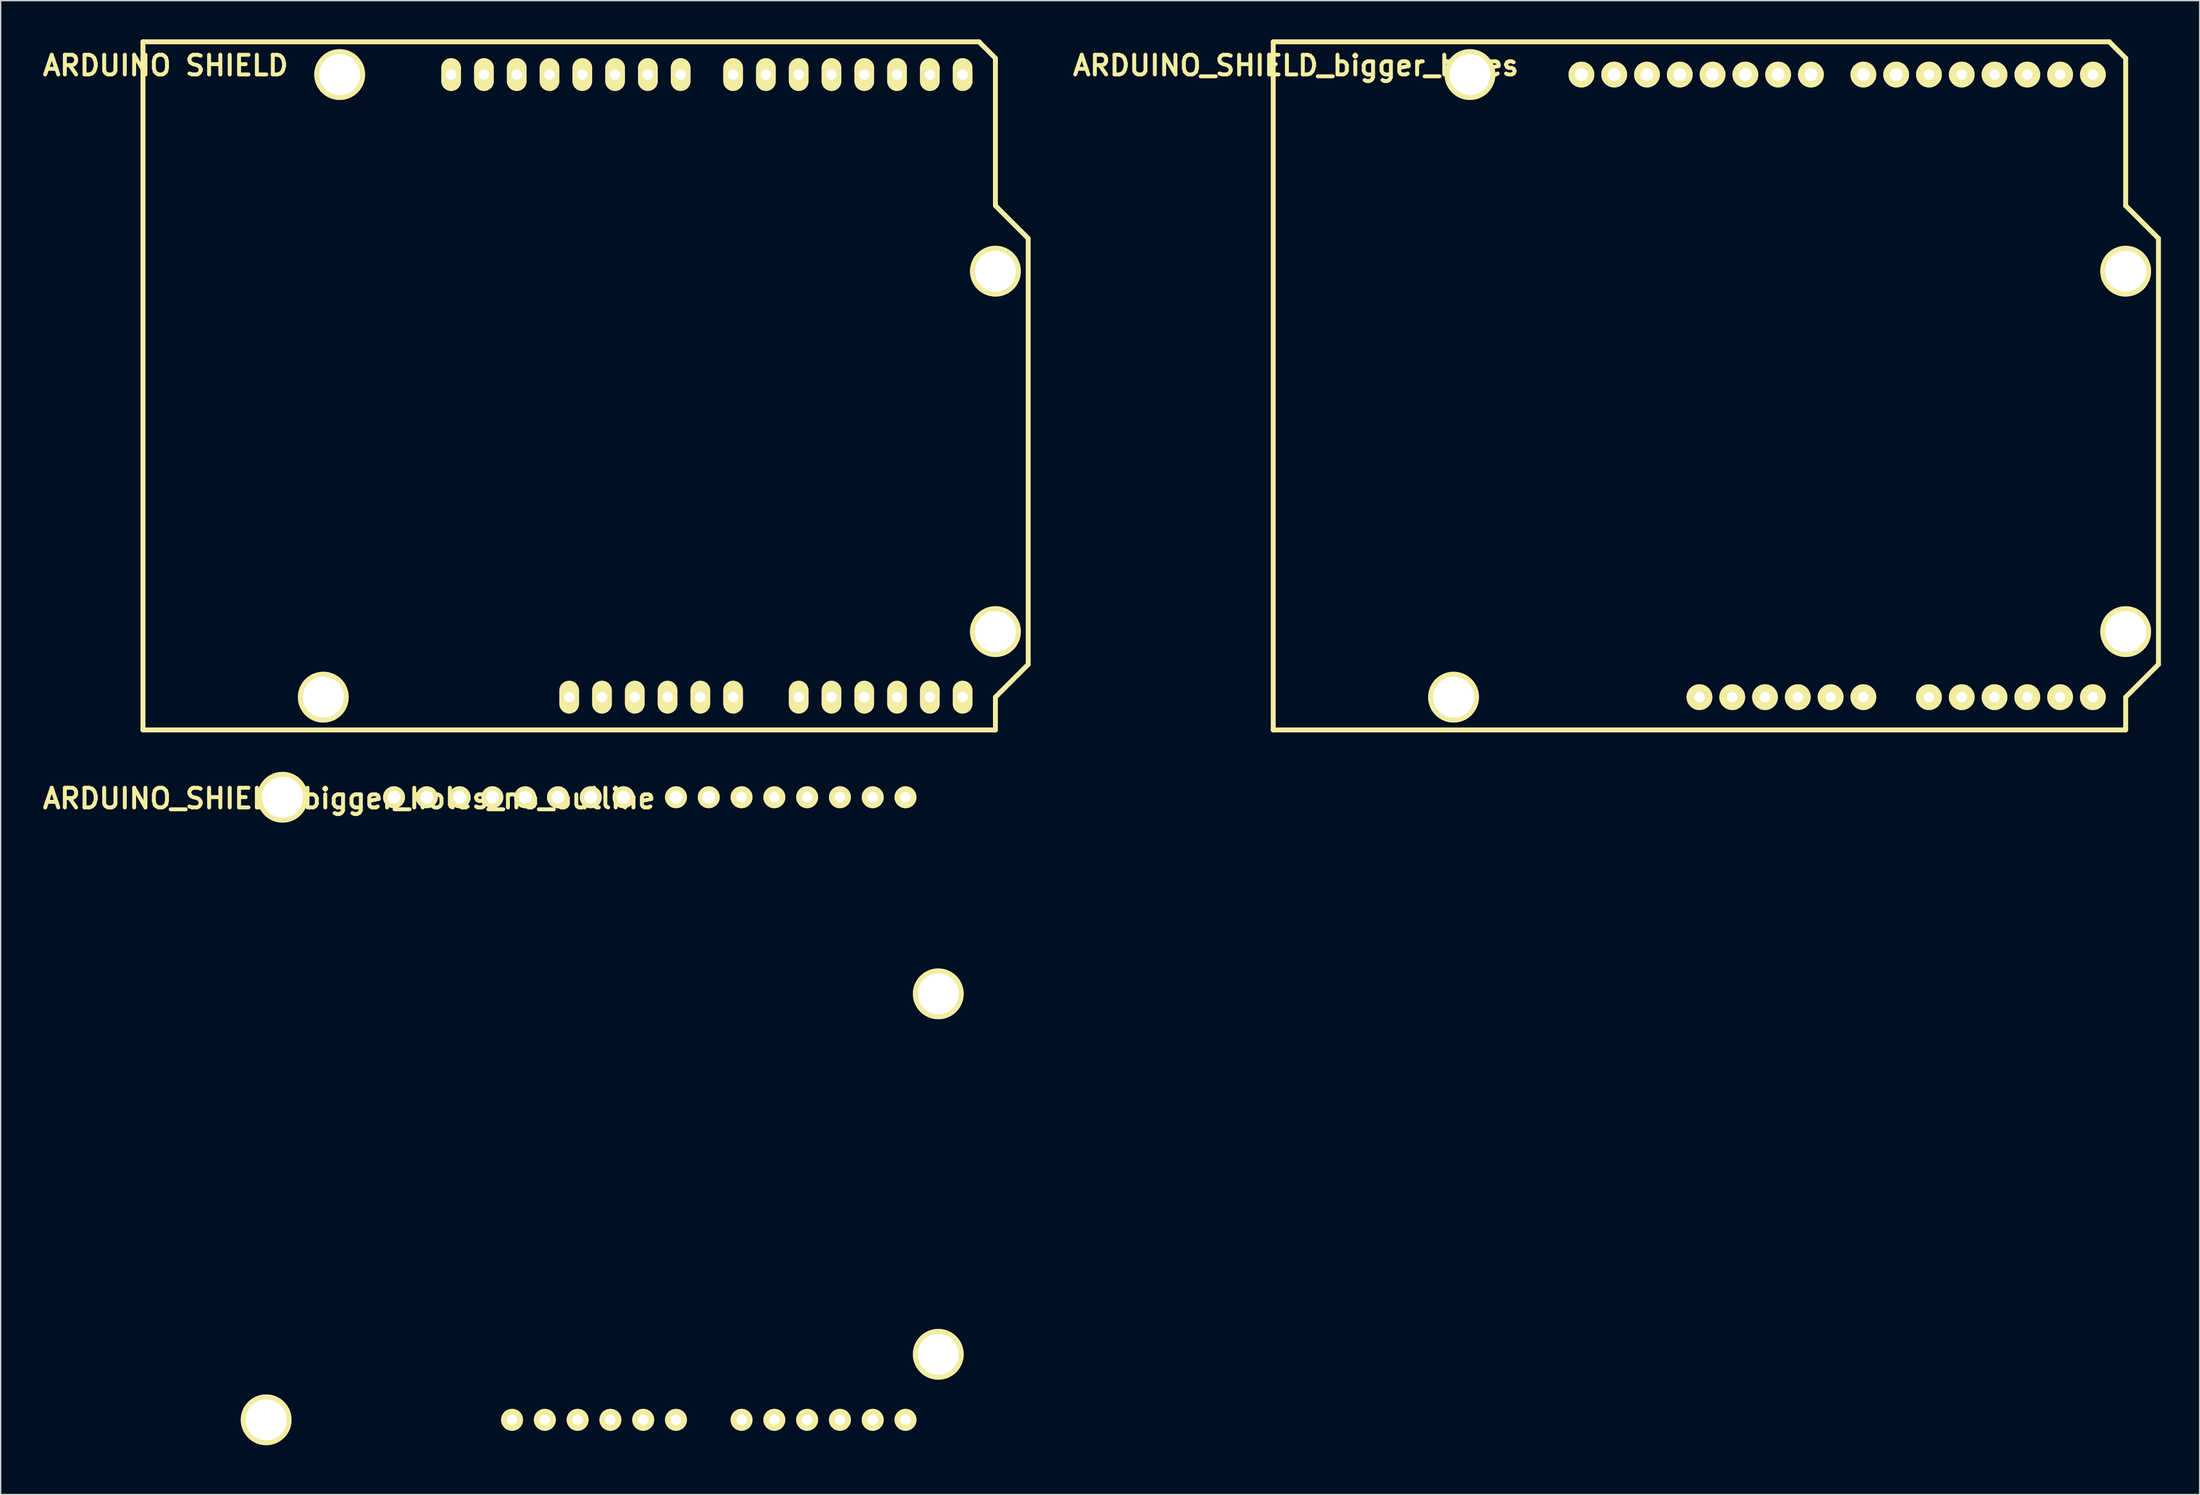
<source format=kicad_pcb>
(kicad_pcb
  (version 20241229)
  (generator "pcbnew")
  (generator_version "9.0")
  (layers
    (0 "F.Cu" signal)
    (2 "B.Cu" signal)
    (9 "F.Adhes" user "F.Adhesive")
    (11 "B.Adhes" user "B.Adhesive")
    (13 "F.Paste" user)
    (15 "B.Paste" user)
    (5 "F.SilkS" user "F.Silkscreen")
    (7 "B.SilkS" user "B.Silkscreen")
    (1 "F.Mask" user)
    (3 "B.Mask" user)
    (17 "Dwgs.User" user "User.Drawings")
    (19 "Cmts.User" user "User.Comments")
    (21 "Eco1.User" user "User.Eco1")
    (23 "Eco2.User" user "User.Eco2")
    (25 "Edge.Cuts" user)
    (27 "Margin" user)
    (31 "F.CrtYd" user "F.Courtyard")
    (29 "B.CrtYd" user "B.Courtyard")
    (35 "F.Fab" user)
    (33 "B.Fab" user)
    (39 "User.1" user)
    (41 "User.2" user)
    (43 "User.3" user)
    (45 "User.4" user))
  (footprint "ARDUINO_SHIELD_bigger_holes_no_outline"
    (layer "F.Cu")
    (at 3.599 109.549)
    (property "Reference" "ARDUINO_SHIELD_bigger_holes_no_outline" (at 20.4 -50.7 0) (layer "F.SilkS") (effects (font (size 1.524 1.524) (thickness 0.305))))
    (attr through_hole)
    (pad "" thru_hole circle (at 13.97 -2.54 90) (size 3.937 3.937) (drill 3.175) (layers "*.Cu" "*.Mask" "F.SilkS"))
    (pad "" thru_hole circle (at 15.24 -50.8 90) (size 3.937 3.937) (drill 3.175) (layers "*.Cu" "*.Mask" "F.SilkS"))
    (pad "" thru_hole circle (at 66.04 -35.56 90) (size 3.937 3.937) (drill 3.175) (layers "*.Cu" "*.Mask" "F.SilkS"))
    (pad "" thru_hole circle (at 66.04 -7.62 90) (size 3.937 3.937) (drill 3.175) (layers "*.Cu" "*.Mask" "F.SilkS"))
    (pad "0" thru_hole circle (at 63.5 -50.8 90) (size 1.7 1.7) (drill 0.813) (layers "*.Cu" "*.Mask" "F.SilkS"))
    (pad "1" thru_hole circle (at 60.96 -50.8 90) (size 1.7 1.7) (drill 0.813) (layers "*.Cu" "*.Mask" "F.SilkS"))
    (pad "2" thru_hole circle (at 58.42 -50.8 90) (size 1.7 1.7) (drill 0.813) (layers "*.Cu" "*.Mask" "F.SilkS"))
    (pad "3" thru_hole circle (at 55.88 -50.8 90) (size 1.7 1.7) (drill 0.813) (layers "*.Cu" "*.Mask" "F.SilkS"))
    (pad "3V3" thru_hole circle (at 35.56 -2.54 90) (size 1.7 1.7) (drill 0.813) (layers "*.Cu" "*.Mask" "F.SilkS"))
    (pad "4" thru_hole circle (at 53.34 -50.8 90) (size 1.7 1.7) (drill 0.813) (layers "*.Cu" "*.Mask" "F.SilkS"))
    (pad "5" thru_hole circle (at 50.8 -50.8 90) (size 1.7 1.7) (drill 0.813) (layers "*.Cu" "*.Mask" "F.SilkS"))
    (pad "5V" thru_hole circle (at 38.1 -2.54 90) (size 1.7 1.7) (drill 0.813) (layers "*.Cu" "*.Mask" "F.SilkS"))
    (pad "6" thru_hole circle (at 48.26 -50.8 90) (size 1.7 1.7) (drill 1) (layers "*.Cu" "*.Mask" "F.SilkS"))
    (pad "7" thru_hole circle (at 45.72 -50.8 90) (size 1.7 1.7) (drill 1) (layers "*.Cu" "*.Mask" "F.SilkS"))
    (pad "8" thru_hole circle (at 41.656 -50.8 90) (size 1.7 1.7) (drill 1) (layers "*.Cu" "*.Mask" "F.SilkS"))
    (pad "9" thru_hole circle (at 39.116 -50.8 90) (size 1.7 1.7) (drill 1) (layers "*.Cu" "*.Mask" "F.SilkS"))
    (pad "10" thru_hole circle (at 36.576 -50.8 90) (size 1.7 1.7) (drill 1) (layers "*.Cu" "*.Mask" "F.SilkS"))
    (pad "11" thru_hole circle (at 34.036 -50.8 90) (size 1.7 1.7) (drill 1) (layers "*.Cu" "*.Mask" "F.SilkS"))
    (pad "12" thru_hole circle (at 31.496 -50.8 90) (size 1.7 1.7) (drill 1) (layers "*.Cu" "*.Mask" "F.SilkS"))
    (pad "13" thru_hole circle (at 28.956 -50.8 90) (size 1.7 1.7) (drill 1) (layers "*.Cu" "*.Mask" "F.SilkS"))
    (pad "A0" thru_hole circle (at 50.8 -2.54 90) (size 1.7 1.7) (drill 0.813) (layers "*.Cu" "*.Mask" "F.SilkS"))
    (pad "A1" thru_hole circle (at 53.34 -2.54 90) (size 1.7 1.7) (drill 0.813) (layers "*.Cu" "*.Mask" "F.SilkS"))
    (pad "A2" thru_hole circle (at 55.88 -2.54 90) (size 1.7 1.7) (drill 0.813) (layers "*.Cu" "*.Mask" "F.SilkS"))
    (pad "A3" thru_hole circle (at 58.42 -2.54 90) (size 1.7 1.7) (drill 0.813) (layers "*.Cu" "*.Mask" "F.SilkS"))
    (pad "A4" thru_hole circle (at 60.96 -2.54 90) (size 1.7 1.7) (drill 0.813) (layers "*.Cu" "*.Mask" "F.SilkS"))
    (pad "A5" thru_hole circle (at 63.5 -2.54 90) (size 1.7 1.7) (drill 0.813) (layers "*.Cu" "*.Mask" "F.SilkS"))
    (pad "AREF" thru_hole circle (at 23.876 -50.8 90) (size 1.7 1.7) (drill 1) (layers "*.Cu" "*.Mask" "F.SilkS"))
    (pad "GND1" thru_hole circle (at 40.64 -2.54 90) (size 1.7 1.7) (drill 0.813) (layers "*.Cu" "*.Mask" "F.SilkS"))
    (pad "GND2" thru_hole circle (at 43.18 -2.54 90) (size 1.7 1.7) (drill 0.813) (layers "*.Cu" "*.Mask" "F.SilkS"))
    (pad "GND3" thru_hole circle (at 26.416 -50.8 90) (size 1.7 1.7) (drill 1) (layers "*.Cu" "*.Mask" "F.SilkS"))
    (pad "RST" thru_hole circle (at 33.02 -2.54 90) (size 1.7 1.7) (drill 0.813) (layers "*.Cu" "*.Mask" "F.SilkS"))
    (pad "V_IN" thru_hole circle (at 45.72 -2.54 90) (size 1.7 1.7) (drill 0.813) (layers "*.Cu" "*.Mask" "F.SilkS")))
  (footprint "ARDUINO_SHIELD_bigger_holes"
    (layer "F.Cu")
    (at 95.586 53.531)
    (property "Reference" "ARDUINO_SHIELD_bigger_holes" (at 1.75 -51.5 0) (layer "F.SilkS") (effects (font (size 1.524 1.524) (thickness 0.305))))
    (attr through_hole)
    (fp_line (start 0 0) (end 0 -53.34) (stroke (width 0.381) (type solid)) (layer "F.SilkS"))
    (fp_line (start 64.77 -53.34) (end 0 -53.34) (stroke (width 0.381) (type solid)) (layer "F.SilkS"))
    (fp_line (start 66.04 -52.07) (end 64.77 -53.34) (stroke (width 0.381) (type solid)) (layer "F.SilkS"))
    (fp_line (start 66.04 -40.64) (end 66.04 -52.07) (stroke (width 0.381) (type solid)) (layer "F.SilkS"))
    (fp_line (start 66.04 -40.64) (end 68.58 -38.1) (stroke (width 0.381) (type solid)) (layer "F.SilkS"))
    (fp_line (start 66.04 -2.54) (end 66.04 0) (stroke (width 0.381) (type solid)) (layer "F.SilkS"))
    (fp_line (start 66.04 0) (end 0 0) (stroke (width 0.381) (type solid)) (layer "F.SilkS"))
    (fp_line (start 68.58 -38.1) (end 68.58 -5.08) (stroke (width 0.381) (type solid)) (layer "F.SilkS"))
    (fp_line (start 68.58 -5.08) (end 66.04 -2.54) (stroke (width 0.381) (type solid)) (layer "F.SilkS"))
    (pad "" thru_hole circle (at 13.97 -2.54 90) (size 3.937 3.937) (drill 3.175) (layers "*.Cu" "*.Mask" "F.SilkS"))
    (pad "" thru_hole circle (at 15.24 -50.8 90) (size 3.937 3.937) (drill 3.175) (layers "*.Cu" "*.Mask" "F.SilkS"))
    (pad "" thru_hole circle (at 66.04 -35.56 90) (size 3.937 3.937) (drill 3.175) (layers "*.Cu" "*.Mask" "F.SilkS"))
    (pad "" thru_hole circle (at 66.04 -7.62 90) (size 3.937 3.937) (drill 3.175) (layers "*.Cu" "*.Mask" "F.SilkS"))
    (pad "0" thru_hole circle (at 63.5 -50.8 90) (size 2 2) (drill 0.813) (layers "*.Cu" "*.Mask" "F.SilkS"))
    (pad "1" thru_hole circle (at 60.96 -50.8 90) (size 2 2) (drill 0.813) (layers "*.Cu" "*.Mask" "F.SilkS"))
    (pad "2" thru_hole circle (at 58.42 -50.8 90) (size 2 2) (drill 0.813) (layers "*.Cu" "*.Mask" "F.SilkS"))
    (pad "3" thru_hole circle (at 55.88 -50.8 90) (size 2 2) (drill 0.813) (layers "*.Cu" "*.Mask" "F.SilkS"))
    (pad "3V3" thru_hole circle (at 35.56 -2.54 90) (size 2 2) (drill 0.813) (layers "*.Cu" "*.Mask" "F.SilkS"))
    (pad "4" thru_hole circle (at 53.34 -50.8 90) (size 2 2) (drill 0.813) (layers "*.Cu" "*.Mask" "F.SilkS"))
    (pad "5" thru_hole circle (at 50.8 -50.8 90) (size 2 2) (drill 0.813) (layers "*.Cu" "*.Mask" "F.SilkS"))
    (pad "5V" thru_hole circle (at 38.1 -2.54 90) (size 2 2) (drill 0.813) (layers "*.Cu" "*.Mask" "F.SilkS"))
    (pad "6" thru_hole circle (at 48.26 -50.8 90) (size 2 2) (drill 1) (layers "*.Cu" "*.Mask" "F.SilkS"))
    (pad "7" thru_hole circle (at 45.72 -50.8 90) (size 2 2) (drill 1) (layers "*.Cu" "*.Mask" "F.SilkS"))
    (pad "8" thru_hole circle (at 41.656 -50.8 90) (size 2 2) (drill 1) (layers "*.Cu" "*.Mask" "F.SilkS"))
    (pad "9" thru_hole circle (at 39.116 -50.8 90) (size 2 2) (drill 1) (layers "*.Cu" "*.Mask" "F.SilkS"))
    (pad "10" thru_hole circle (at 36.576 -50.8 90) (size 2 2) (drill 1) (layers "*.Cu" "*.Mask" "F.SilkS"))
    (pad "11" thru_hole circle (at 34.036 -50.8 90) (size 2 2) (drill 1) (layers "*.Cu" "*.Mask" "F.SilkS"))
    (pad "12" thru_hole circle (at 31.496 -50.8 90) (size 2 2) (drill 1) (layers "*.Cu" "*.Mask" "F.SilkS"))
    (pad "13" thru_hole circle (at 28.956 -50.8 90) (size 2 2) (drill 1) (layers "*.Cu" "*.Mask" "F.SilkS"))
    (pad "A0" thru_hole circle (at 50.8 -2.54 90) (size 2 2) (drill 0.813) (layers "*.Cu" "*.Mask" "F.SilkS"))
    (pad "A1" thru_hole circle (at 53.34 -2.54 90) (size 2 2) (drill 0.813) (layers "*.Cu" "*.Mask" "F.SilkS"))
    (pad "A2" thru_hole circle (at 55.88 -2.54 90) (size 2 2) (drill 0.813) (layers "*.Cu" "*.Mask" "F.SilkS"))
    (pad "A3" thru_hole circle (at 58.42 -2.54 90) (size 2 2) (drill 0.813) (layers "*.Cu" "*.Mask" "F.SilkS"))
    (pad "A4" thru_hole circle (at 60.96 -2.54 90) (size 2 2) (drill 0.813) (layers "*.Cu" "*.Mask" "F.SilkS"))
    (pad "A5" thru_hole circle (at 63.5 -2.54 90) (size 2 2) (drill 0.813) (layers "*.Cu" "*.Mask" "F.SilkS"))
    (pad "AREF" thru_hole circle (at 23.876 -50.8 90) (size 2 2) (drill 1) (layers "*.Cu" "*.Mask" "F.SilkS"))
    (pad "GND1" thru_hole circle (at 40.64 -2.54 90) (size 2 2) (drill 0.813) (layers "*.Cu" "*.Mask" "F.SilkS"))
    (pad "GND2" thru_hole circle (at 43.18 -2.54 90) (size 2 2) (drill 0.813) (layers "*.Cu" "*.Mask" "F.SilkS"))
    (pad "GND3" thru_hole circle (at 26.416 -50.8 90) (size 2 2) (drill 1) (layers "*.Cu" "*.Mask" "F.SilkS"))
    (pad "RST" thru_hole circle (at 33.02 -2.54 90) (size 2 2) (drill 0.813) (layers "*.Cu" "*.Mask" "F.SilkS"))
    (pad "V_IN" thru_hole circle (at 45.72 -2.54 90) (size 2 2) (drill 0.813) (layers "*.Cu" "*.Mask" "F.SilkS")))
  (footprint "ARDUINO SHIELD"
    (layer "F.Cu")
    (at 8.025 53.531)
    (property "Reference" "ARDUINO SHIELD" (at 1.75 -51.5 0) (layer "F.SilkS") (effects (font (size 1.524 1.524) (thickness 0.305))))
    (attr through_hole)
    (fp_line (start 0 0) (end 0 -53.34) (stroke (width 0.381) (type solid)) (layer "F.SilkS"))
    (fp_line (start 64.77 -53.34) (end 0 -53.34) (stroke (width 0.381) (type solid)) (layer "F.SilkS"))
    (fp_line (start 66.04 -52.07) (end 64.77 -53.34) (stroke (width 0.381) (type solid)) (layer "F.SilkS"))
    (fp_line (start 66.04 -40.64) (end 66.04 -52.07) (stroke (width 0.381) (type solid)) (layer "F.SilkS"))
    (fp_line (start 66.04 -40.64) (end 68.58 -38.1) (stroke (width 0.381) (type solid)) (layer "F.SilkS"))
    (fp_line (start 66.04 -2.54) (end 66.04 0) (stroke (width 0.381) (type solid)) (layer "F.SilkS"))
    (fp_line (start 66.04 0) (end 0 0) (stroke (width 0.381) (type solid)) (layer "F.SilkS"))
    (fp_line (start 68.58 -38.1) (end 68.58 -5.08) (stroke (width 0.381) (type solid)) (layer "F.SilkS"))
    (fp_line (start 68.58 -5.08) (end 66.04 -2.54) (stroke (width 0.381) (type solid)) (layer "F.SilkS"))
    (pad "" thru_hole circle (at 13.97 -2.54 90) (size 3.937 3.937) (drill 3.175) (layers "*.Cu" "*.Mask" "F.SilkS"))
    (pad "" thru_hole circle (at 15.24 -50.8 90) (size 3.937 3.937) (drill 3.175) (layers "*.Cu" "*.Mask" "F.SilkS"))
    (pad "" thru_hole circle (at 66.04 -35.56 90) (size 3.937 3.937) (drill 3.175) (layers "*.Cu" "*.Mask" "F.SilkS"))
    (pad "" thru_hole circle (at 66.04 -7.62 90) (size 3.937 3.937) (drill 3.175) (layers "*.Cu" "*.Mask" "F.SilkS"))
    (pad "0" thru_hole oval (at 63.5 -50.8 90) (size 2.54 1.524) (drill 0.813) (layers "*.Cu" "*.Mask" "F.SilkS"))
    (pad "1" thru_hole oval (at 60.96 -50.8 90) (size 2.54 1.524) (drill 0.813) (layers "*.Cu" "*.Mask" "F.SilkS"))
    (pad "2" thru_hole oval (at 58.42 -50.8 90) (size 2.54 1.524) (drill 0.813) (layers "*.Cu" "*.Mask" "F.SilkS"))
    (pad "3" thru_hole oval (at 55.88 -50.8 90) (size 2.54 1.524) (drill 0.813) (layers "*.Cu" "*.Mask" "F.SilkS"))
    (pad "3V3" thru_hole oval (at 35.56 -2.54 90) (size 2.54 1.524) (drill 0.813) (layers "*.Cu" "*.Mask" "F.SilkS"))
    (pad "4" thru_hole oval (at 53.34 -50.8 90) (size 2.54 1.524) (drill 0.813) (layers "*.Cu" "*.Mask" "F.SilkS"))
    (pad "5" thru_hole oval (at 50.8 -50.8 90) (size 2.54 1.524) (drill 0.813) (layers "*.Cu" "*.Mask" "F.SilkS"))
    (pad "5V" thru_hole oval (at 38.1 -2.54 90) (size 2.54 1.524) (drill 0.813) (layers "*.Cu" "*.Mask" "F.SilkS"))
    (pad "6" thru_hole oval (at 48.26 -50.8 90) (size 2.54 1.524) (drill 0.813) (layers "*.Cu" "*.Mask" "F.SilkS"))
    (pad "7" thru_hole oval (at 45.72 -50.8 90) (size 2.54 1.524) (drill 0.813) (layers "*.Cu" "*.Mask" "F.SilkS"))
    (pad "8" thru_hole oval (at 41.656 -50.8 90) (size 2.54 1.524) (drill 0.813) (layers "*.Cu" "*.Mask" "F.SilkS"))
    (pad "9" thru_hole oval (at 39.116 -50.8 90) (size 2.54 1.524) (drill 0.813) (layers "*.Cu" "*.Mask" "F.SilkS"))
    (pad "10" thru_hole oval (at 36.576 -50.8 90) (size 2.54 1.524) (drill 0.813) (layers "*.Cu" "*.Mask" "F.SilkS"))
    (pad "11" thru_hole oval (at 34.036 -50.8 90) (size 2.54 1.524) (drill 0.813) (layers "*.Cu" "*.Mask" "F.SilkS"))
    (pad "12" thru_hole oval (at 31.496 -50.8 90) (size 2.54 1.524) (drill 0.813) (layers "*.Cu" "*.Mask" "F.SilkS"))
    (pad "13" thru_hole oval (at 28.956 -50.8 90) (size 2.54 1.524) (drill 0.813) (layers "*.Cu" "*.Mask" "F.SilkS"))
    (pad "A0" thru_hole oval (at 50.8 -2.54 90) (size 2.54 1.524) (drill 0.813) (layers "*.Cu" "*.Mask" "F.SilkS"))
    (pad "A1" thru_hole oval (at 53.34 -2.54 90) (size 2.54 1.524) (drill 0.813) (layers "*.Cu" "*.Mask" "F.SilkS"))
    (pad "A2" thru_hole oval (at 55.88 -2.54 90) (size 2.54 1.524) (drill 0.813) (layers "*.Cu" "*.Mask" "F.SilkS"))
    (pad "A3" thru_hole oval (at 58.42 -2.54 90) (size 2.54 1.524) (drill 0.813) (layers "*.Cu" "*.Mask" "F.SilkS"))
    (pad "A4" thru_hole oval (at 60.96 -2.54 90) (size 2.54 1.524) (drill 0.813) (layers "*.Cu" "*.Mask" "F.SilkS"))
    (pad "A5" thru_hole oval (at 63.5 -2.54 90) (size 2.54 1.524) (drill 0.813) (layers "*.Cu" "*.Mask" "F.SilkS"))
    (pad "AREF" thru_hole oval (at 23.876 -50.8 90) (size 2.54 1.524) (drill 0.813) (layers "*.Cu" "*.Mask" "F.SilkS"))
    (pad "GND1" thru_hole oval (at 40.64 -2.54 90) (size 2.54 1.524) (drill 0.813) (layers "*.Cu" "*.Mask" "F.SilkS"))
    (pad "GND2" thru_hole oval (at 43.18 -2.54 90) (size 2.54 1.524) (drill 0.813) (layers "*.Cu" "*.Mask" "F.SilkS"))
    (pad "GND3" thru_hole oval (at 26.416 -50.8 90) (size 2.54 1.524) (drill 0.813) (layers "*.Cu" "*.Mask" "F.SilkS"))
    (pad "RST" thru_hole oval (at 33.02 -2.54 90) (size 2.54 1.524) (drill 0.813) (layers "*.Cu" "*.Mask" "F.SilkS"))
    (pad "V_IN" thru_hole oval (at 45.72 -2.54 90) (size 2.54 1.524) (drill 0.813) (layers "*.Cu" "*.Mask" "F.SilkS")))
  (gr_rect
    (start -3 -3)
    (end 167.357 112.799)
    (stroke (width 0.1) (type default))
    (fill no)
    (layer "Edge.Cuts")))
</source>
